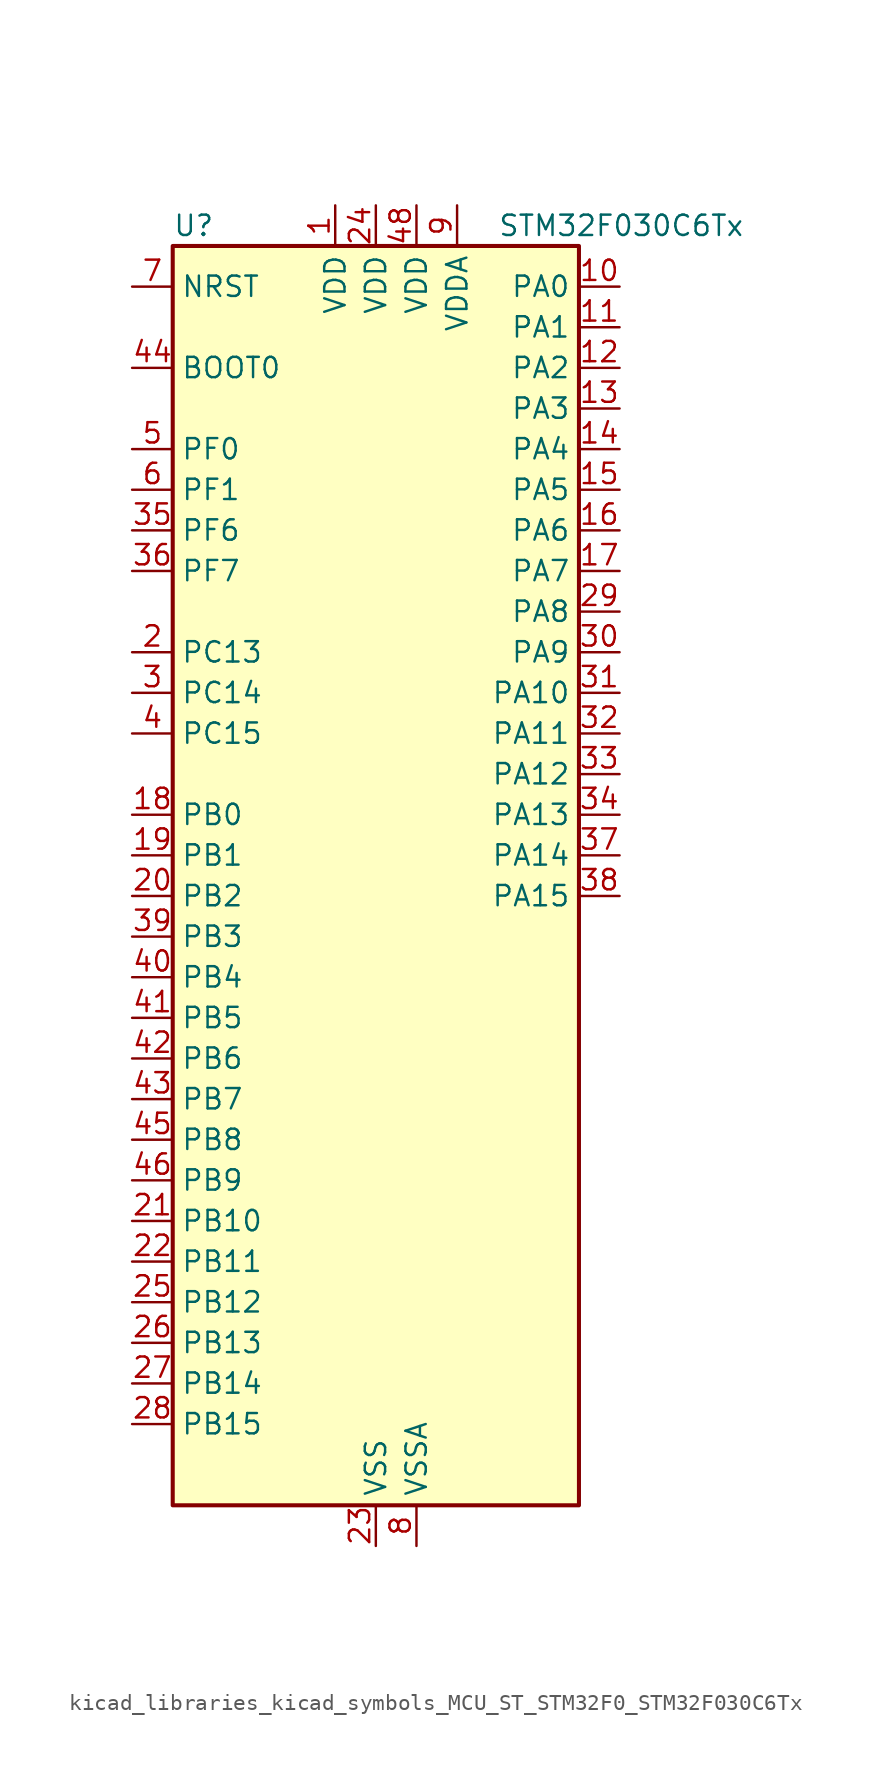
<source format=kicad_sym>
(kicad_symbol_lib
  (version 20220914)
  (generator kicad_symbol_editor)
  (symbol "kicad_libraries_kicad_symbols_MCU_ST_STM32F0_STM32F030C6Tx"
    (property "Reference" "U"
      (at -12.7 41.91 0)
      (effects (font (size 1.27 1.27)) (justify left)))
    (property "Value" "STM32F030C6Tx"
      (at 7.62 41.91 0)
      (effects (font (size 1.27 1.27)) (justify left)))
    (property "ki_locked" ""
      (at 0 0 0)
      (effects (font (size 1.27 1.27))))
    (symbol "kicad_libraries_kicad_symbols_MCU_ST_STM32F0_STM32F030C6Tx_0_1"
      (rectangle (start -12.7 -38.1) (end 12.7 40.64) (stroke (width 0.254) (type default)) (fill (type background))))
    (symbol "kicad_libraries_kicad_symbols_MCU_ST_STM32F0_STM32F030C6Tx_1_1"
      (pin power_in line (at -2.54 43.18 270) (length 2.54) (name "VDD" (effects (font (size 1.27 1.27)))) (number "1" (effects (font (size 1.27 1.27)))))
      (pin bidirectional line (at 15.24 38.1 180) (length 2.54) (name "PA0" (effects (font (size 1.27 1.27)))) (number "10" (effects (font (size 1.27 1.27)))) (alternate "ADC_IN0" bidirectional line) (alternate "RTC_TAMP2" bidirectional line) (alternate "SYS_WKUP1" bidirectional line) (alternate "USART1_CTS" bidirectional line))
      (pin bidirectional line (at 15.24 35.56 180) (length 2.54) (name "PA1" (effects (font (size 1.27 1.27)))) (number "11" (effects (font (size 1.27 1.27)))) (alternate "ADC_IN1" bidirectional line) (alternate "USART1_DE" bidirectional line) (alternate "USART1_RTS" bidirectional line))
      (pin bidirectional line (at 15.24 33.02 180) (length 2.54) (name "PA2" (effects (font (size 1.27 1.27)))) (number "12" (effects (font (size 1.27 1.27)))) (alternate "ADC_IN2" bidirectional line) (alternate "USART1_TX" bidirectional line))
      (pin bidirectional line (at 15.24 30.48 180) (length 2.54) (name "PA3" (effects (font (size 1.27 1.27)))) (number "13" (effects (font (size 1.27 1.27)))) (alternate "ADC_IN3" bidirectional line) (alternate "USART1_RX" bidirectional line))
      (pin bidirectional line (at 15.24 27.94 180) (length 2.54) (name "PA4" (effects (font (size 1.27 1.27)))) (number "14" (effects (font (size 1.27 1.27)))) (alternate "ADC_IN4" bidirectional line) (alternate "SPI1_NSS" bidirectional line) (alternate "TIM14_CH1" bidirectional line) (alternate "USART1_CK" bidirectional line))
      (pin bidirectional line (at 15.24 25.4 180) (length 2.54) (name "PA5" (effects (font (size 1.27 1.27)))) (number "15" (effects (font (size 1.27 1.27)))) (alternate "ADC_IN5" bidirectional line) (alternate "SPI1_SCK" bidirectional line))
      (pin bidirectional line (at 15.24 22.86 180) (length 2.54) (name "PA6" (effects (font (size 1.27 1.27)))) (number "16" (effects (font (size 1.27 1.27)))) (alternate "ADC_IN6" bidirectional line) (alternate "SPI1_MISO" bidirectional line) (alternate "TIM16_CH1" bidirectional line) (alternate "TIM1_BKIN" bidirectional line) (alternate "TIM3_CH1" bidirectional line))
      (pin bidirectional line (at 15.24 20.32 180) (length 2.54) (name "PA7" (effects (font (size 1.27 1.27)))) (number "17" (effects (font (size 1.27 1.27)))) (alternate "ADC_IN7" bidirectional line) (alternate "SPI1_MOSI" bidirectional line) (alternate "TIM14_CH1" bidirectional line) (alternate "TIM17_CH1" bidirectional line) (alternate "TIM1_CH1N" bidirectional line) (alternate "TIM3_CH2" bidirectional line))
      (pin bidirectional line (at -15.24 5.08 0) (length 2.54) (name "PB0" (effects (font (size 1.27 1.27)))) (number "18" (effects (font (size 1.27 1.27)))) (alternate "ADC_IN8" bidirectional line) (alternate "TIM1_CH2N" bidirectional line) (alternate "TIM3_CH3" bidirectional line))
      (pin bidirectional line (at -15.24 2.54 0) (length 2.54) (name "PB1" (effects (font (size 1.27 1.27)))) (number "19" (effects (font (size 1.27 1.27)))) (alternate "ADC_IN9" bidirectional line) (alternate "TIM14_CH1" bidirectional line) (alternate "TIM1_CH3N" bidirectional line) (alternate "TIM3_CH4" bidirectional line))
      (pin bidirectional line (at -15.24 15.24 0) (length 2.54) (name "PC13" (effects (font (size 1.27 1.27)))) (number "2" (effects (font (size 1.27 1.27)))) (alternate "RTC_OUT_ALARM" bidirectional line) (alternate "RTC_OUT_CALIB" bidirectional line) (alternate "RTC_TAMP1" bidirectional line) (alternate "RTC_TS" bidirectional line) (alternate "SYS_WKUP2" bidirectional line))
      (pin bidirectional line (at -15.24 0 0) (length 2.54) (name "PB2" (effects (font (size 1.27 1.27)))) (number "20" (effects (font (size 1.27 1.27)))))
      (pin bidirectional line (at -15.24 -20.32 0) (length 2.54) (name "PB10" (effects (font (size 1.27 1.27)))) (number "21" (effects (font (size 1.27 1.27)))) (alternate "I2C1_SCL" bidirectional line))
      (pin bidirectional line (at -15.24 -22.86 0) (length 2.54) (name "PB11" (effects (font (size 1.27 1.27)))) (number "22" (effects (font (size 1.27 1.27)))) (alternate "I2C1_SDA" bidirectional line))
      (pin power_in line (at 0 -40.64 90) (length 2.54) (name "VSS" (effects (font (size 1.27 1.27)))) (number "23" (effects (font (size 1.27 1.27)))))
      (pin power_in line (at 0 43.18 270) (length 2.54) (name "VDD" (effects (font (size 1.27 1.27)))) (number "24" (effects (font (size 1.27 1.27)))))
      (pin bidirectional line (at -15.24 -25.4 0) (length 2.54) (name "PB12" (effects (font (size 1.27 1.27)))) (number "25" (effects (font (size 1.27 1.27)))) (alternate "SPI1_NSS" bidirectional line) (alternate "TIM1_BKIN" bidirectional line))
      (pin bidirectional line (at -15.24 -27.94 0) (length 2.54) (name "PB13" (effects (font (size 1.27 1.27)))) (number "26" (effects (font (size 1.27 1.27)))) (alternate "SPI1_SCK" bidirectional line) (alternate "TIM1_CH1N" bidirectional line))
      (pin bidirectional line (at -15.24 -30.48 0) (length 2.54) (name "PB14" (effects (font (size 1.27 1.27)))) (number "27" (effects (font (size 1.27 1.27)))) (alternate "SPI1_MISO" bidirectional line) (alternate "TIM1_CH2N" bidirectional line))
      (pin bidirectional line (at -15.24 -33.02 0) (length 2.54) (name "PB15" (effects (font (size 1.27 1.27)))) (number "28" (effects (font (size 1.27 1.27)))) (alternate "RTC_REFIN" bidirectional line) (alternate "SPI1_MOSI" bidirectional line) (alternate "TIM1_CH3N" bidirectional line))
      (pin bidirectional line (at 15.24 17.78 180) (length 2.54) (name "PA8" (effects (font (size 1.27 1.27)))) (number "29" (effects (font (size 1.27 1.27)))) (alternate "RCC_MCO" bidirectional line) (alternate "TIM1_CH1" bidirectional line) (alternate "USART1_CK" bidirectional line))
      (pin bidirectional line (at -15.24 12.7 0) (length 2.54) (name "PC14" (effects (font (size 1.27 1.27)))) (number "3" (effects (font (size 1.27 1.27)))) (alternate "RCC_OSC32_IN" bidirectional line))
      (pin bidirectional line (at 15.24 15.24 180) (length 2.54) (name "PA9" (effects (font (size 1.27 1.27)))) (number "30" (effects (font (size 1.27 1.27)))) (alternate "I2C1_SCL" bidirectional line) (alternate "TIM1_CH2" bidirectional line) (alternate "USART1_TX" bidirectional line))
      (pin bidirectional line (at 15.24 12.7 180) (length 2.54) (name "PA10" (effects (font (size 1.27 1.27)))) (number "31" (effects (font (size 1.27 1.27)))) (alternate "I2C1_SDA" bidirectional line) (alternate "TIM17_BKIN" bidirectional line) (alternate "TIM1_CH3" bidirectional line) (alternate "USART1_RX" bidirectional line))
      (pin bidirectional line (at 15.24 10.16 180) (length 2.54) (name "PA11" (effects (font (size 1.27 1.27)))) (number "32" (effects (font (size 1.27 1.27)))) (alternate "TIM1_CH4" bidirectional line) (alternate "USART1_CTS" bidirectional line))
      (pin bidirectional line (at 15.24 7.62 180) (length 2.54) (name "PA12" (effects (font (size 1.27 1.27)))) (number "33" (effects (font (size 1.27 1.27)))) (alternate "TIM1_ETR" bidirectional line) (alternate "USART1_DE" bidirectional line) (alternate "USART1_RTS" bidirectional line))
      (pin bidirectional line (at 15.24 5.08 180) (length 2.54) (name "PA13" (effects (font (size 1.27 1.27)))) (number "34" (effects (font (size 1.27 1.27)))) (alternate "IR_OUT" bidirectional line) (alternate "SYS_SWDIO" bidirectional line))
      (pin bidirectional line (at -15.24 22.86 0) (length 2.54) (name "PF6" (effects (font (size 1.27 1.27)))) (number "35" (effects (font (size 1.27 1.27)))) (alternate "I2C1_SCL" bidirectional line))
      (pin bidirectional line (at -15.24 20.32 0) (length 2.54) (name "PF7" (effects (font (size 1.27 1.27)))) (number "36" (effects (font (size 1.27 1.27)))) (alternate "I2C1_SDA" bidirectional line))
      (pin bidirectional line (at 15.24 2.54 180) (length 2.54) (name "PA14" (effects (font (size 1.27 1.27)))) (number "37" (effects (font (size 1.27 1.27)))) (alternate "SYS_SWCLK" bidirectional line) (alternate "USART1_TX" bidirectional line))
      (pin bidirectional line (at 15.24 0 180) (length 2.54) (name "PA15" (effects (font (size 1.27 1.27)))) (number "38" (effects (font (size 1.27 1.27)))) (alternate "SPI1_NSS" bidirectional line) (alternate "USART1_RX" bidirectional line))
      (pin bidirectional line (at -15.24 -2.54 0) (length 2.54) (name "PB3" (effects (font (size 1.27 1.27)))) (number "39" (effects (font (size 1.27 1.27)))) (alternate "SPI1_SCK" bidirectional line))
      (pin bidirectional line (at -15.24 10.16 0) (length 2.54) (name "PC15" (effects (font (size 1.27 1.27)))) (number "4" (effects (font (size 1.27 1.27)))) (alternate "RCC_OSC32_OUT" bidirectional line))
      (pin bidirectional line (at -15.24 -5.08 0) (length 2.54) (name "PB4" (effects (font (size 1.27 1.27)))) (number "40" (effects (font (size 1.27 1.27)))) (alternate "SPI1_MISO" bidirectional line) (alternate "TIM3_CH1" bidirectional line))
      (pin bidirectional line (at -15.24 -7.62 0) (length 2.54) (name "PB5" (effects (font (size 1.27 1.27)))) (number "41" (effects (font (size 1.27 1.27)))) (alternate "I2C1_SMBA" bidirectional line) (alternate "SPI1_MOSI" bidirectional line) (alternate "TIM16_BKIN" bidirectional line) (alternate "TIM3_CH2" bidirectional line))
      (pin bidirectional line (at -15.24 -10.16 0) (length 2.54) (name "PB6" (effects (font (size 1.27 1.27)))) (number "42" (effects (font (size 1.27 1.27)))) (alternate "I2C1_SCL" bidirectional line) (alternate "TIM16_CH1N" bidirectional line) (alternate "USART1_TX" bidirectional line))
      (pin bidirectional line (at -15.24 -12.7 0) (length 2.54) (name "PB7" (effects (font (size 1.27 1.27)))) (number "43" (effects (font (size 1.27 1.27)))) (alternate "I2C1_SDA" bidirectional line) (alternate "TIM17_CH1N" bidirectional line) (alternate "USART1_RX" bidirectional line))
      (pin input line (at -15.24 33.02 0) (length 2.54) (name "BOOT0" (effects (font (size 1.27 1.27)))) (number "44" (effects (font (size 1.27 1.27)))))
      (pin bidirectional line (at -15.24 -15.24 0) (length 2.54) (name "PB8" (effects (font (size 1.27 1.27)))) (number "45" (effects (font (size 1.27 1.27)))) (alternate "I2C1_SCL" bidirectional line) (alternate "TIM16_CH1" bidirectional line))
      (pin bidirectional line (at -15.24 -17.78 0) (length 2.54) (name "PB9" (effects (font (size 1.27 1.27)))) (number "46" (effects (font (size 1.27 1.27)))) (alternate "I2C1_SDA" bidirectional line) (alternate "IR_OUT" bidirectional line) (alternate "TIM17_CH1" bidirectional line))
      (pin passive line (at 0 -40.64 90) (length 2.54) hide (name "VSS" (effects (font (size 1.27 1.27)))) (number "47" (effects (font (size 1.27 1.27)))))
      (pin power_in line (at 2.54 43.18 270) (length 2.54) (name "VDD" (effects (font (size 1.27 1.27)))) (number "48" (effects (font (size 1.27 1.27)))))
      (pin bidirectional line (at -15.24 27.94 0) (length 2.54) (name "PF0" (effects (font (size 1.27 1.27)))) (number "5" (effects (font (size 1.27 1.27)))) (alternate "RCC_OSC_IN" bidirectional line))
      (pin bidirectional line (at -15.24 25.4 0) (length 2.54) (name "PF1" (effects (font (size 1.27 1.27)))) (number "6" (effects (font (size 1.27 1.27)))) (alternate "RCC_OSC_OUT" bidirectional line))
      (pin input line (at -15.24 38.1 0) (length 2.54) (name "NRST" (effects (font (size 1.27 1.27)))) (number "7" (effects (font (size 1.27 1.27)))))
      (pin power_in line (at 2.54 -40.64 90) (length 2.54) (name "VSSA" (effects (font (size 1.27 1.27)))) (number "8" (effects (font (size 1.27 1.27)))))
      (pin power_in line (at 5.08 43.18 270) (length 2.54) (name "VDDA" (effects (font (size 1.27 1.27)))) (number "9" (effects (font (size 1.27 1.27))))))))
</source>
